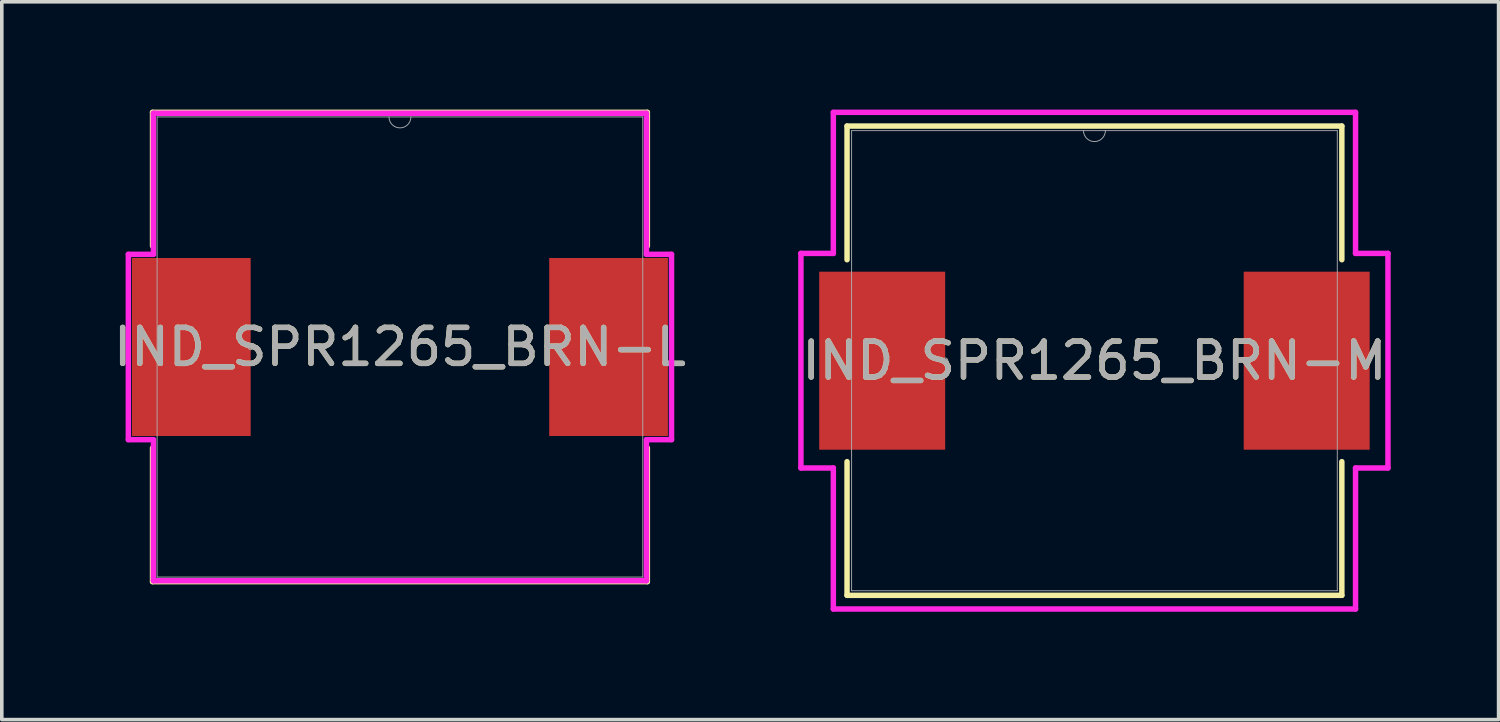
<source format=kicad_pcb>
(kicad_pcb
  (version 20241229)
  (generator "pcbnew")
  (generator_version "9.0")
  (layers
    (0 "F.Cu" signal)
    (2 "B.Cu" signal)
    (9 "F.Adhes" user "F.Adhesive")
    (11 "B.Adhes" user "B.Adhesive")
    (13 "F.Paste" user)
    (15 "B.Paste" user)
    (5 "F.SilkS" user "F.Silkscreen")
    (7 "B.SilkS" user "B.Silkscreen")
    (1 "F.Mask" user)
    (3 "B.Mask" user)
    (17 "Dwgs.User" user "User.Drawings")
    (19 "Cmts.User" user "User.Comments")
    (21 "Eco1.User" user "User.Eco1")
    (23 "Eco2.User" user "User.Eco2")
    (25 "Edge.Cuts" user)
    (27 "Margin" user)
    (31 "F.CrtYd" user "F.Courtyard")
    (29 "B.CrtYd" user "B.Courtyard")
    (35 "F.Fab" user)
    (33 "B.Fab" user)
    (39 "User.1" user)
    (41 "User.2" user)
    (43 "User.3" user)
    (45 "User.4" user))
  (footprint "IND_SPR1265_BRN-L"
    (layer "F.Cu")
    (at 8.077 6.604)
    (property "Reference" "IND_SPR1265_BRN-L" (at 0 0 0) (unlocked yes) (layer "F.SilkS") (effects (font (size 1 1) (thickness 0.15))))
    (attr smd)
    (fp_line (start -6.883 -6.528) (end -6.883 -2.809) (stroke (width 0.152) (type solid)) (layer "F.SilkS"))
    (fp_line (start -6.883 2.809) (end -6.883 6.528) (stroke (width 0.152) (type solid)) (layer "F.SilkS"))
    (fp_line (start -6.883 6.528) (end 6.883 6.528) (stroke (width 0.152) (type solid)) (layer "F.SilkS"))
    (fp_line (start 6.883 -6.528) (end -6.883 -6.528) (stroke (width 0.152) (type solid)) (layer "F.SilkS"))
    (fp_line (start 6.883 -2.809) (end 6.883 -6.528) (stroke (width 0.152) (type solid)) (layer "F.SilkS"))
    (fp_line (start 6.883 6.528) (end 6.883 2.809) (stroke (width 0.152) (type solid)) (layer "F.SilkS"))
    (fp_line (start -7.556 -2.578) (end -6.858 -2.578) (stroke (width 0.152) (type solid)) (layer "F.CrtYd"))
    (fp_line (start -7.556 2.578) (end -7.556 -2.578) (stroke (width 0.152) (type solid)) (layer "F.CrtYd"))
    (fp_line (start -7.556 2.578) (end -6.858 2.578) (stroke (width 0.152) (type solid)) (layer "F.CrtYd"))
    (fp_line (start -6.858 -6.502) (end 6.858 -6.502) (stroke (width 0.152) (type solid)) (layer "F.CrtYd"))
    (fp_line (start -6.858 -2.578) (end -6.858 -6.502) (stroke (width 0.152) (type solid)) (layer "F.CrtYd"))
    (fp_line (start -6.858 6.502) (end -6.858 2.578) (stroke (width 0.152) (type solid)) (layer "F.CrtYd"))
    (fp_line (start 6.858 -6.502) (end 6.858 -2.578) (stroke (width 0.152) (type solid)) (layer "F.CrtYd"))
    (fp_line (start 6.858 2.578) (end 6.858 6.502) (stroke (width 0.152) (type solid)) (layer "F.CrtYd"))
    (fp_line (start 6.858 6.502) (end -6.858 6.502) (stroke (width 0.152) (type solid)) (layer "F.CrtYd"))
    (fp_line (start 7.556 -2.578) (end 6.858 -2.578) (stroke (width 0.152) (type solid)) (layer "F.CrtYd"))
    (fp_line (start 7.556 -2.578) (end 7.556 2.578) (stroke (width 0.152) (type solid)) (layer "F.CrtYd"))
    (fp_line (start 7.556 2.578) (end 6.858 2.578) (stroke (width 0.152) (type solid)) (layer "F.CrtYd"))
    (fp_line (start -6.756 -6.401) (end -6.756 6.401) (stroke (width 0.025) (type solid)) (layer "F.Fab"))
    (fp_line (start -6.756 6.401) (end 6.756 6.401) (stroke (width 0.025) (type solid)) (layer "F.Fab"))
    (fp_line (start 6.756 -6.401) (end -6.756 -6.401) (stroke (width 0.025) (type solid)) (layer "F.Fab"))
    (fp_line (start 6.756 6.401) (end 6.756 -6.401) (stroke (width 0.025) (type solid)) (layer "F.Fab"))
    (fp_arc (start 0.3048 -6.4008) (mid 0 -6.096) (end -0.3048 -6.4008) (stroke (width 0.0254) (type solid)) (layer "F.Fab"))
    (fp_circle (center -4.153 0) (end -4.077 0) (stroke (width 0.025) (type solid)) (fill no) (layer "F.Fab"))
    (fp_text user "${REFERENCE}" (at 0 0 0) (unlocked yes) (layer "F.Fab") (effects (font (size 1 1) (thickness 0.15))))
    (pad "1" smd rect (at -5.804 0) (size 3.302 4.953) (layers "F.Cu" "F.Mask" "F.Paste"))
    (pad "2" smd rect (at 5.804 0) (size 3.302 4.953) (layers "F.Cu" "F.Mask" "F.Paste")))
  (footprint "IND_SPR1265_BRN-M"
    (layer "F.Cu")
    (at 27.399 6.985)
    (property "Reference" "IND_SPR1265_BRN-M" (at 0 0 0) (unlocked yes) (layer "F.SilkS") (effects (font (size 1 1) (thickness 0.15))))
    (attr smd)
    (fp_line (start -6.883 -6.528) (end -6.883 -2.809) (stroke (width 0.152) (type solid)) (layer "F.SilkS"))
    (fp_line (start -6.883 2.809) (end -6.883 6.528) (stroke (width 0.152) (type solid)) (layer "F.SilkS"))
    (fp_line (start -6.883 6.528) (end 6.883 6.528) (stroke (width 0.152) (type solid)) (layer "F.SilkS"))
    (fp_line (start 6.883 -6.528) (end -6.883 -6.528) (stroke (width 0.152) (type solid)) (layer "F.SilkS"))
    (fp_line (start 6.883 -2.809) (end 6.883 -6.528) (stroke (width 0.152) (type solid)) (layer "F.SilkS"))
    (fp_line (start 6.883 6.528) (end 6.883 2.809) (stroke (width 0.152) (type solid)) (layer "F.SilkS"))
    (fp_line (start -8.166 -2.985) (end -7.264 -2.985) (stroke (width 0.152) (type solid)) (layer "F.CrtYd"))
    (fp_line (start -8.166 2.985) (end -8.166 -2.985) (stroke (width 0.152) (type solid)) (layer "F.CrtYd"))
    (fp_line (start -8.166 2.985) (end -7.264 2.985) (stroke (width 0.152) (type solid)) (layer "F.CrtYd"))
    (fp_line (start -7.264 -6.909) (end 7.264 -6.909) (stroke (width 0.152) (type solid)) (layer "F.CrtYd"))
    (fp_line (start -7.264 -2.985) (end -7.264 -6.909) (stroke (width 0.152) (type solid)) (layer "F.CrtYd"))
    (fp_line (start -7.264 6.909) (end -7.264 2.985) (stroke (width 0.152) (type solid)) (layer "F.CrtYd"))
    (fp_line (start 7.264 -6.909) (end 7.264 -2.985) (stroke (width 0.152) (type solid)) (layer "F.CrtYd"))
    (fp_line (start 7.264 2.985) (end 7.264 6.909) (stroke (width 0.152) (type solid)) (layer "F.CrtYd"))
    (fp_line (start 7.264 6.909) (end -7.264 6.909) (stroke (width 0.152) (type solid)) (layer "F.CrtYd"))
    (fp_line (start 8.166 -2.985) (end 7.264 -2.985) (stroke (width 0.152) (type solid)) (layer "F.CrtYd"))
    (fp_line (start 8.166 -2.985) (end 8.166 2.985) (stroke (width 0.152) (type solid)) (layer "F.CrtYd"))
    (fp_line (start 8.166 2.985) (end 7.264 2.985) (stroke (width 0.152) (type solid)) (layer "F.CrtYd"))
    (fp_line (start -6.756 -6.401) (end -6.756 6.401) (stroke (width 0.025) (type solid)) (layer "F.Fab"))
    (fp_line (start -6.756 6.401) (end 6.756 6.401) (stroke (width 0.025) (type solid)) (layer "F.Fab"))
    (fp_line (start 6.756 -6.401) (end -6.756 -6.401) (stroke (width 0.025) (type solid)) (layer "F.Fab"))
    (fp_line (start 6.756 6.401) (end 6.756 -6.401) (stroke (width 0.025) (type solid)) (layer "F.Fab"))
    (fp_arc (start 0.3048 -6.4008) (mid 0 -6.096) (end -0.3048 -6.4008) (stroke (width 0.0254) (type solid)) (layer "F.Fab"))
    (fp_circle (center -4.153 0) (end -4.077 0) (stroke (width 0.025) (type solid)) (fill no) (layer "F.Fab"))
    (fp_text user "${REFERENCE}" (at 0 0 0) (unlocked yes) (layer "F.Fab") (effects (font (size 1 1) (thickness 0.15))))
    (pad "1" smd rect (at -5.905 0) (size 3.505 4.953) (layers "F.Cu" "F.Mask" "F.Paste"))
    (pad "2" smd rect (at 5.905 0) (size 3.505 4.953) (layers "F.Cu" "F.Mask" "F.Paste")))
  (gr_rect
    (start -3 -3)
    (end 38.643 16.97)
    (stroke (width 0.1) (type default))
    (fill no)
    (layer "Edge.Cuts")))
</source>
